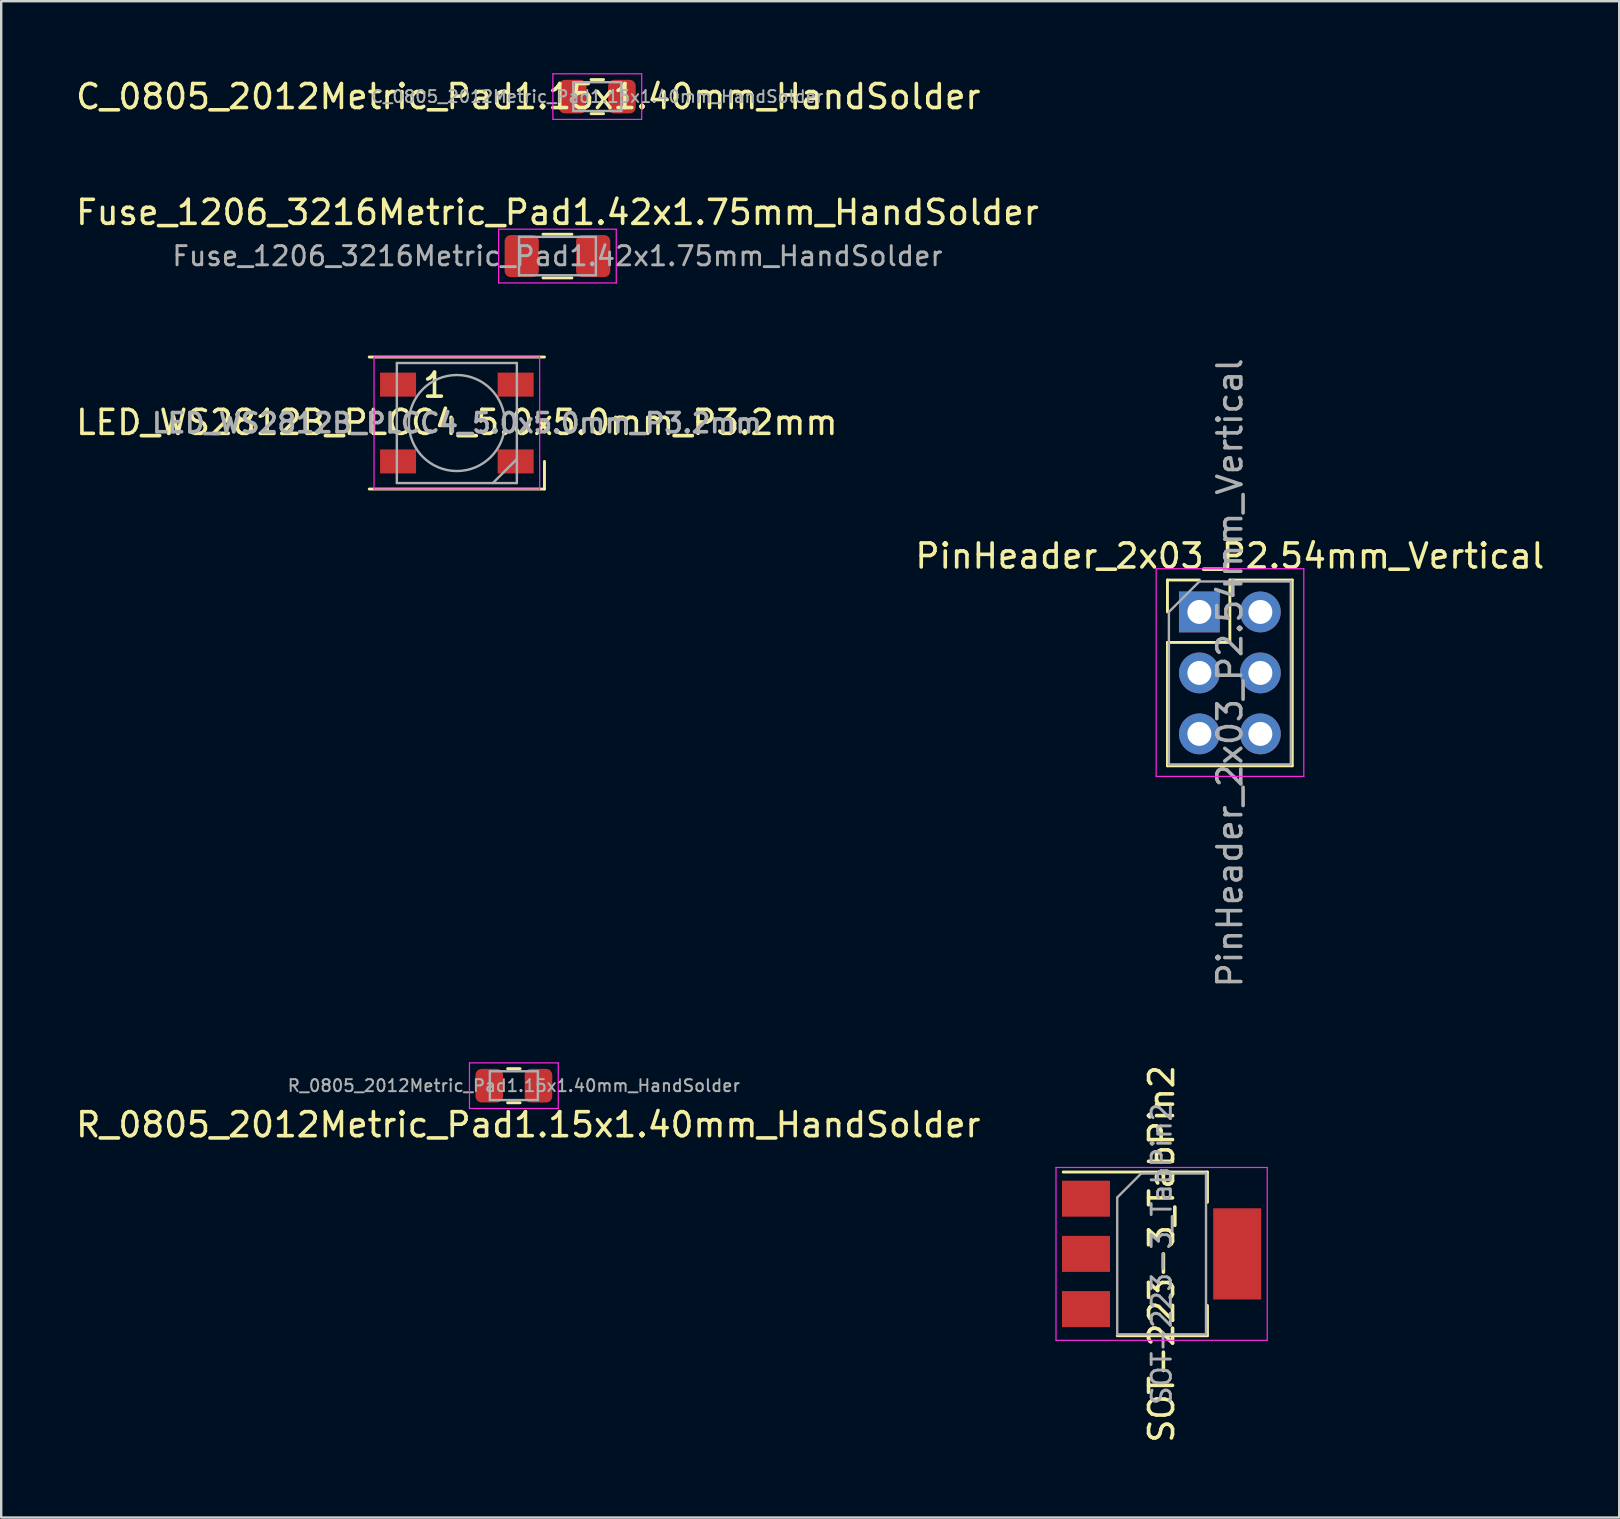
<source format=kicad_pcb>
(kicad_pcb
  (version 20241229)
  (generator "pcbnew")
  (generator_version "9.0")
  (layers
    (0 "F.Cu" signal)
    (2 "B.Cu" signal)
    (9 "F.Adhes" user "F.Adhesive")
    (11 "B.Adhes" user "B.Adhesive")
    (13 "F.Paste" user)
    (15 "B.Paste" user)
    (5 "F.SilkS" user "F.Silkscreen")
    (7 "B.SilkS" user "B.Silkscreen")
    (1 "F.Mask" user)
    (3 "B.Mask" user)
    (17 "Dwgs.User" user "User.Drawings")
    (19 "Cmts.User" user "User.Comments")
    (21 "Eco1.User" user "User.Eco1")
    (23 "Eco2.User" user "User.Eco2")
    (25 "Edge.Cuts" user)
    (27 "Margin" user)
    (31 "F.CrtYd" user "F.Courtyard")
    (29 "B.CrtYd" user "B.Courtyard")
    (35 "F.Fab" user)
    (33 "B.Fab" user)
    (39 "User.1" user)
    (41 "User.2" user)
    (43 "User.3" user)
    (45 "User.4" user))
  (footprint "SOT-223-3_TabPin2"
    (layer "F.Cu")
    (at 45.342 49.186)
    (property "Reference" "SOT-223-3_TabPin2" (at 0 0 90) (layer "F.SilkS") (effects (font (size 1 1) (thickness 0.15))))
    (attr smd)
    (fp_line (start -4.1 -3.41) (end 1.91 -3.41) (stroke (width 0.12) (type solid)) (layer "F.SilkS"))
    (fp_line (start -1.85 3.41) (end 1.91 3.41) (stroke (width 0.12) (type solid)) (layer "F.SilkS"))
    (fp_line (start 1.91 -3.41) (end 1.91 -2.15) (stroke (width 0.12) (type solid)) (layer "F.SilkS"))
    (fp_line (start 1.91 3.41) (end 1.91 2.15) (stroke (width 0.12) (type solid)) (layer "F.SilkS"))
    (fp_line (start -4.4 -3.6) (end -4.4 3.6) (stroke (width 0.05) (type solid)) (layer "F.CrtYd"))
    (fp_line (start -4.4 3.6) (end 4.4 3.6) (stroke (width 0.05) (type solid)) (layer "F.CrtYd"))
    (fp_line (start 4.4 -3.6) (end -4.4 -3.6) (stroke (width 0.05) (type solid)) (layer "F.CrtYd"))
    (fp_line (start 4.4 3.6) (end 4.4 -3.6) (stroke (width 0.05) (type solid)) (layer "F.CrtYd"))
    (fp_line (start -1.85 -2.35) (end -1.85 3.35) (stroke (width 0.1) (type solid)) (layer "F.Fab"))
    (fp_line (start -1.85 -2.35) (end -0.85 -3.35) (stroke (width 0.1) (type solid)) (layer "F.Fab"))
    (fp_line (start -1.85 3.35) (end 1.85 3.35) (stroke (width 0.1) (type solid)) (layer "F.Fab"))
    (fp_line (start -0.85 -3.35) (end 1.85 -3.35) (stroke (width 0.1) (type solid)) (layer "F.Fab"))
    (fp_line (start 1.85 -3.35) (end 1.85 3.35) (stroke (width 0.1) (type solid)) (layer "F.Fab"))
    (fp_text user "${REFERENCE}" (at 0 0 90) (layer "F.Fab") (effects (font (size 0.8 0.8) (thickness 0.12))))
    (pad "1" smd rect (at -3.15 -2.3) (size 2 1.5) (layers "F.Cu" "F.Mask" "F.Paste"))
    (pad "2" smd rect (at -3.15 0) (size 2 1.5) (layers "F.Cu" "F.Mask" "F.Paste"))
    (pad "2" smd rect (at 3.15 0) (size 2 3.8) (layers "F.Cu" "F.Mask" "F.Paste"))
    (pad "3" smd rect (at -3.15 2.3) (size 2 1.5) (layers "F.Cu" "F.Mask" "F.Paste")))
  (footprint "PinHeader_2x03_P2.54mm_Vertical"
    (layer "F.Cu")
    (at 46.915 22.443)
    (property "Reference" "PinHeader_2x03_P2.54mm_Vertical" (at 1.27 -2.33 0) (layer "F.SilkS") (effects (font (size 1 1) (thickness 0.15))))
    (attr through_hole)
    (fp_line (start -1.33 -1.33) (end 0 -1.33) (stroke (width 0.12) (type solid)) (layer "F.SilkS"))
    (fp_line (start -1.33 0) (end -1.33 -1.33) (stroke (width 0.12) (type solid)) (layer "F.SilkS"))
    (fp_line (start -1.33 1.27) (end -1.33 6.41) (stroke (width 0.12) (type solid)) (layer "F.SilkS"))
    (fp_line (start -1.33 1.27) (end 1.27 1.27) (stroke (width 0.12) (type solid)) (layer "F.SilkS"))
    (fp_line (start -1.33 6.41) (end 3.87 6.41) (stroke (width 0.12) (type solid)) (layer "F.SilkS"))
    (fp_line (start 1.27 -1.33) (end 3.87 -1.33) (stroke (width 0.12) (type solid)) (layer "F.SilkS"))
    (fp_line (start 1.27 1.27) (end 1.27 -1.33) (stroke (width 0.12) (type solid)) (layer "F.SilkS"))
    (fp_line (start 3.87 -1.33) (end 3.87 6.41) (stroke (width 0.12) (type solid)) (layer "F.SilkS"))
    (fp_line (start -1.8 -1.8) (end -1.8 6.85) (stroke (width 0.05) (type solid)) (layer "F.CrtYd"))
    (fp_line (start -1.8 6.85) (end 4.35 6.85) (stroke (width 0.05) (type solid)) (layer "F.CrtYd"))
    (fp_line (start 4.35 -1.8) (end -1.8 -1.8) (stroke (width 0.05) (type solid)) (layer "F.CrtYd"))
    (fp_line (start 4.35 6.85) (end 4.35 -1.8) (stroke (width 0.05) (type solid)) (layer "F.CrtYd"))
    (fp_line (start -1.27 0) (end 0 -1.27) (stroke (width 0.1) (type solid)) (layer "F.Fab"))
    (fp_line (start -1.27 6.35) (end -1.27 0) (stroke (width 0.1) (type solid)) (layer "F.Fab"))
    (fp_line (start 0 -1.27) (end 3.81 -1.27) (stroke (width 0.1) (type solid)) (layer "F.Fab"))
    (fp_line (start 3.81 -1.27) (end 3.81 6.35) (stroke (width 0.1) (type solid)) (layer "F.Fab"))
    (fp_line (start 3.81 6.35) (end -1.27 6.35) (stroke (width 0.1) (type solid)) (layer "F.Fab"))
    (fp_text user "${REFERENCE}" (at 1.27 2.54 90) (layer "F.Fab") (effects (font (size 1 1) (thickness 0.15))))
    (pad "1" thru_hole rect (at 0 0) (size 1.7 1.7) (drill 1) (layers "*.Cu" "*.Mask"))
    (pad "2" thru_hole oval (at 2.54 0) (size 1.7 1.7) (drill 1) (layers "*.Cu" "*.Mask"))
    (pad "3" thru_hole oval (at 0 2.54) (size 1.7 1.7) (drill 1) (layers "*.Cu" "*.Mask"))
    (pad "4" thru_hole oval (at 2.54 2.54) (size 1.7 1.7) (drill 1) (layers "*.Cu" "*.Mask"))
    (pad "5" thru_hole oval (at 0 5.08) (size 1.7 1.7) (drill 1) (layers "*.Cu" "*.Mask"))
    (pad "6" thru_hole oval (at 2.54 5.08) (size 1.7 1.7) (drill 1) (layers "*.Cu" "*.Mask")))
  (footprint "C_0805_2012Metric_Pad1.15x1.40mm_HandSolder"
    (layer "F.Cu")
    (at 21.833 0.975)
    (property "Reference" "C_0805_2012Metric_Pad1.15x1.40mm_HandSolder" (at -2.875 0 0) (layer "F.SilkS") (effects (font (size 1 1) (thickness 0.15))))
    (attr smd)
    (fp_line (start -0.261 -0.71) (end 0.261 -0.71) (stroke (width 0.12) (type solid)) (layer "F.SilkS"))
    (fp_line (start -0.261 0.71) (end 0.261 0.71) (stroke (width 0.12) (type solid)) (layer "F.SilkS"))
    (fp_line (start -1.85 -0.95) (end 1.85 -0.95) (stroke (width 0.05) (type solid)) (layer "F.CrtYd"))
    (fp_line (start -1.85 0.95) (end -1.85 -0.95) (stroke (width 0.05) (type solid)) (layer "F.CrtYd"))
    (fp_line (start 1.85 -0.95) (end 1.85 0.95) (stroke (width 0.05) (type solid)) (layer "F.CrtYd"))
    (fp_line (start 1.85 0.95) (end -1.85 0.95) (stroke (width 0.05) (type solid)) (layer "F.CrtYd"))
    (fp_line (start -1 -0.6) (end 1 -0.6) (stroke (width 0.1) (type solid)) (layer "F.Fab"))
    (fp_line (start -1 0.6) (end -1 -0.6) (stroke (width 0.1) (type solid)) (layer "F.Fab"))
    (fp_line (start 1 -0.6) (end 1 0.6) (stroke (width 0.1) (type solid)) (layer "F.Fab"))
    (fp_line (start 1 0.6) (end -1 0.6) (stroke (width 0.1) (type solid)) (layer "F.Fab"))
    (fp_text user "${REFERENCE}" (at 0 0 0) (layer "F.Fab") (effects (font (size 0.5 0.5) (thickness 0.08))))
    (pad "1" smd roundrect (at -1.025 0) (size 1.15 1.4) (layers "F.Cu" "F.Mask" "F.Paste") (roundrect_rratio 0.217))
    (pad "2" smd roundrect (at 1.025 0) (size 1.15 1.4) (layers "F.Cu" "F.Mask" "F.Paste") (roundrect_rratio 0.217)))
  (footprint "Fuse_1206_3216Metric_Pad1.42x1.75mm_HandSolder"
    (layer "F.Cu")
    (at 20.173 7.618)
    (property "Reference" "Fuse_1206_3216Metric_Pad1.42x1.75mm_HandSolder" (at 0 -1.82 0) (layer "F.SilkS") (effects (font (size 1 1) (thickness 0.15))))
    (attr smd)
    (fp_line (start -0.602 -0.91) (end 0.602 -0.91) (stroke (width 0.12) (type solid)) (layer "F.SilkS"))
    (fp_line (start -0.602 0.91) (end 0.602 0.91) (stroke (width 0.12) (type solid)) (layer "F.SilkS"))
    (fp_line (start -2.45 -1.12) (end 2.45 -1.12) (stroke (width 0.05) (type solid)) (layer "F.CrtYd"))
    (fp_line (start -2.45 1.12) (end -2.45 -1.12) (stroke (width 0.05) (type solid)) (layer "F.CrtYd"))
    (fp_line (start 2.45 -1.12) (end 2.45 1.12) (stroke (width 0.05) (type solid)) (layer "F.CrtYd"))
    (fp_line (start 2.45 1.12) (end -2.45 1.12) (stroke (width 0.05) (type solid)) (layer "F.CrtYd"))
    (fp_line (start -1.6 -0.8) (end 1.6 -0.8) (stroke (width 0.1) (type solid)) (layer "F.Fab"))
    (fp_line (start -1.6 0.8) (end -1.6 -0.8) (stroke (width 0.1) (type solid)) (layer "F.Fab"))
    (fp_line (start 1.6 -0.8) (end 1.6 0.8) (stroke (width 0.1) (type solid)) (layer "F.Fab"))
    (fp_line (start 1.6 0.8) (end -1.6 0.8) (stroke (width 0.1) (type solid)) (layer "F.Fab"))
    (fp_text user "${REFERENCE}" (at 0 0 0) (layer "F.Fab") (effects (font (size 0.8 0.8) (thickness 0.12))))
    (pad "1" smd roundrect (at -1.488 0) (size 1.425 1.75) (layers "F.Cu" "F.Mask" "F.Paste") (roundrect_rratio 0.175))
    (pad "2" smd roundrect (at 1.488 0) (size 1.425 1.75) (layers "F.Cu" "F.Mask" "F.Paste") (roundrect_rratio 0.175)))
  (footprint "R_0805_2012Metric_Pad1.15x1.40mm_HandSolder"
    (layer "F.Cu")
    (at 18.357 42.179)
    (property "Reference" "R_0805_2012Metric_Pad1.15x1.40mm_HandSolder" (at 0.601 1.626 0) (layer "F.SilkS") (effects (font (size 1 1) (thickness 0.15))))
    (attr smd)
    (fp_line (start -0.261 -0.71) (end 0.261 -0.71) (stroke (width 0.12) (type solid)) (layer "F.SilkS"))
    (fp_line (start -0.261 0.71) (end 0.261 0.71) (stroke (width 0.12) (type solid)) (layer "F.SilkS"))
    (fp_line (start -1.85 -0.95) (end 1.85 -0.95) (stroke (width 0.05) (type solid)) (layer "F.CrtYd"))
    (fp_line (start -1.85 0.95) (end -1.85 -0.95) (stroke (width 0.05) (type solid)) (layer "F.CrtYd"))
    (fp_line (start 1.85 -0.95) (end 1.85 0.95) (stroke (width 0.05) (type solid)) (layer "F.CrtYd"))
    (fp_line (start 1.85 0.95) (end -1.85 0.95) (stroke (width 0.05) (type solid)) (layer "F.CrtYd"))
    (fp_line (start -1 -0.6) (end 1 -0.6) (stroke (width 0.1) (type solid)) (layer "F.Fab"))
    (fp_line (start -1 0.6) (end -1 -0.6) (stroke (width 0.1) (type solid)) (layer "F.Fab"))
    (fp_line (start 1 -0.6) (end 1 0.6) (stroke (width 0.1) (type solid)) (layer "F.Fab"))
    (fp_line (start 1 0.6) (end -1 0.6) (stroke (width 0.1) (type solid)) (layer "F.Fab"))
    (fp_text user "${REFERENCE}" (at 0 0 0) (layer "F.Fab") (effects (font (size 0.5 0.5) (thickness 0.08))))
    (pad "1" smd roundrect (at -1.025 0) (size 1.15 1.4) (layers "F.Cu" "F.Mask" "F.Paste") (roundrect_rratio 0.217))
    (pad "2" smd roundrect (at 1.025 0) (size 1.15 1.4) (layers "F.Cu" "F.Mask" "F.Paste") (roundrect_rratio 0.217)))
  (footprint "LED_WS2812B_PLCC4_5.0x5.0mm_P3.2mm"
    (layer "F.Cu")
    (at 15.982 14.573)
    (property "Reference" "LED_WS2812B_PLCC4_5.0x5.0mm_P3.2mm" (at 0 -0.025 0) (layer "F.SilkS") (effects (font (size 1 1) (thickness 0.15))))
    (attr smd)
    (fp_line (start -3.65 -2.75) (end 3.65 -2.75) (stroke (width 0.12) (type solid)) (layer "F.SilkS"))
    (fp_line (start -3.65 2.75) (end 3.65 2.75) (stroke (width 0.12) (type solid)) (layer "F.SilkS"))
    (fp_line (start 3.65 2.75) (end 3.65 1.6) (stroke (width 0.12) (type solid)) (layer "F.SilkS"))
    (fp_line (start -3.45 -2.75) (end -3.45 2.75) (stroke (width 0.05) (type solid)) (layer "F.CrtYd"))
    (fp_line (start -3.45 2.75) (end 3.45 2.75) (stroke (width 0.05) (type solid)) (layer "F.CrtYd"))
    (fp_line (start 3.45 -2.75) (end -3.45 -2.75) (stroke (width 0.05) (type solid)) (layer "F.CrtYd"))
    (fp_line (start 3.45 2.75) (end 3.45 -2.75) (stroke (width 0.05) (type solid)) (layer "F.CrtYd"))
    (fp_line (start -2.5 -2.5) (end -2.5 2.5) (stroke (width 0.1) (type solid)) (layer "F.Fab"))
    (fp_line (start -2.5 2.5) (end 2.5 2.5) (stroke (width 0.1) (type solid)) (layer "F.Fab"))
    (fp_line (start 2.5 -2.5) (end -2.5 -2.5) (stroke (width 0.1) (type solid)) (layer "F.Fab"))
    (fp_line (start 2.5 1.5) (end 1.5 2.5) (stroke (width 0.1) (type solid)) (layer "F.Fab"))
    (fp_line (start 2.5 2.5) (end 2.5 -2.5) (stroke (width 0.1) (type solid)) (layer "F.Fab"))
    (fp_circle (center 0 0) (end 0 -2) (stroke (width 0.1) (type solid)) (fill no) (layer "F.Fab"))
    (fp_text user "1" (at -0.931 -1.575 0) (layer "F.SilkS") (effects (font (size 1 1) (thickness 0.15))))
    (fp_text user "${REFERENCE}" (at 0 0 0) (layer "F.Fab") (effects (font (size 0.8 0.8) (thickness 0.15))))
    (pad "1" smd rect (at -2.45 -1.6) (size 1.5 1) (layers "F.Cu" "F.Mask" "F.Paste"))
    (pad "2" smd rect (at -2.45 1.6) (size 1.5 1) (layers "F.Cu" "F.Mask" "F.Paste"))
    (pad "3" smd rect (at 2.45 1.6) (size 1.5 1) (layers "F.Cu" "F.Mask" "F.Paste"))
    (pad "4" smd rect (at 2.45 -1.6) (size 1.5 1) (layers "F.Cu" "F.Mask" "F.Paste")))
  (gr_rect
    (start -3 -3)
    (end 64.405 60.168)
    (stroke (width 0.1) (type default))
    (fill no)
    (layer "Edge.Cuts")))
</source>
